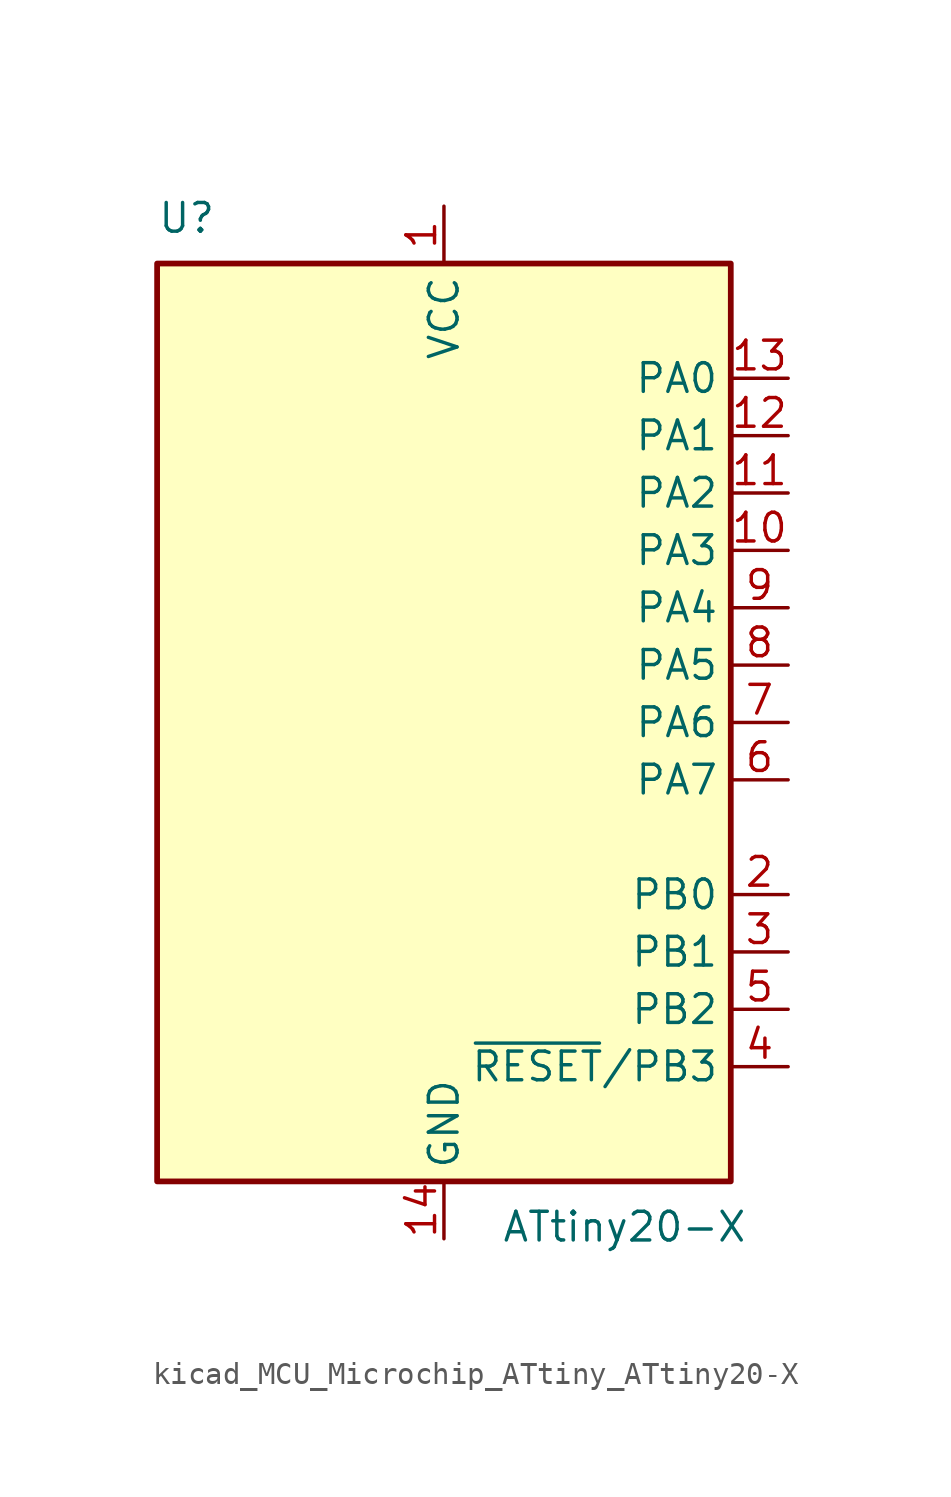
<source format=kicad_sym>
(kicad_symbol_lib
  (version 20220914)
  (generator kicad_symbol_editor)
  (symbol "kicad_MCU_Microchip_ATtiny_ATtiny20-X"
    (property "Reference" "U"
      (at -12.7 21.59 0)
      (effects (font (size 1.27 1.27)) (justify left bottom)))
    (property "Value" "ATtiny20-X"
      (at 2.54 -21.59 0)
      (effects (font (size 1.27 1.27)) (justify left top)))
    (symbol "kicad_MCU_Microchip_ATtiny_ATtiny20-X_0_1"
      (rectangle (start -12.7 -20.32) (end 12.7 20.32) (stroke (width 0.254) (type default)) (fill (type background))))
    (symbol "kicad_MCU_Microchip_ATtiny_ATtiny20-X_1_1"
      (pin power_in line (at 0 22.86 270) (length 2.54) (name "VCC" (effects (font (size 1.27 1.27)))) (number "1" (effects (font (size 1.27 1.27)))))
      (pin bidirectional line (at 15.24 7.62 180) (length 2.54) (name "PA3" (effects (font (size 1.27 1.27)))) (number "10" (effects (font (size 1.27 1.27)))))
      (pin bidirectional line (at 15.24 10.16 180) (length 2.54) (name "PA2" (effects (font (size 1.27 1.27)))) (number "11" (effects (font (size 1.27 1.27)))))
      (pin bidirectional line (at 15.24 12.7 180) (length 2.54) (name "PA1" (effects (font (size 1.27 1.27)))) (number "12" (effects (font (size 1.27 1.27)))))
      (pin bidirectional line (at 15.24 15.24 180) (length 2.54) (name "PA0" (effects (font (size 1.27 1.27)))) (number "13" (effects (font (size 1.27 1.27)))))
      (pin power_in line (at 0 -22.86 90) (length 2.54) (name "GND" (effects (font (size 1.27 1.27)))) (number "14" (effects (font (size 1.27 1.27)))))
      (pin bidirectional line (at 15.24 -7.62 180) (length 2.54) (name "PB0" (effects (font (size 1.27 1.27)))) (number "2" (effects (font (size 1.27 1.27)))))
      (pin bidirectional line (at 15.24 -10.16 180) (length 2.54) (name "PB1" (effects (font (size 1.27 1.27)))) (number "3" (effects (font (size 1.27 1.27)))))
      (pin bidirectional line (at 15.24 -15.24 180) (length 2.54) (name "~{RESET}/PB3" (effects (font (size 1.27 1.27)))) (number "4" (effects (font (size 1.27 1.27)))))
      (pin bidirectional line (at 15.24 -12.7 180) (length 2.54) (name "PB2" (effects (font (size 1.27 1.27)))) (number "5" (effects (font (size 1.27 1.27)))))
      (pin bidirectional line (at 15.24 -2.54 180) (length 2.54) (name "PA7" (effects (font (size 1.27 1.27)))) (number "6" (effects (font (size 1.27 1.27)))))
      (pin bidirectional line (at 15.24 0 180) (length 2.54) (name "PA6" (effects (font (size 1.27 1.27)))) (number "7" (effects (font (size 1.27 1.27)))))
      (pin bidirectional line (at 15.24 2.54 180) (length 2.54) (name "PA5" (effects (font (size 1.27 1.27)))) (number "8" (effects (font (size 1.27 1.27)))))
      (pin bidirectional line (at 15.24 5.08 180) (length 2.54) (name "PA4" (effects (font (size 1.27 1.27)))) (number "9" (effects (font (size 1.27 1.27))))))))
</source>
